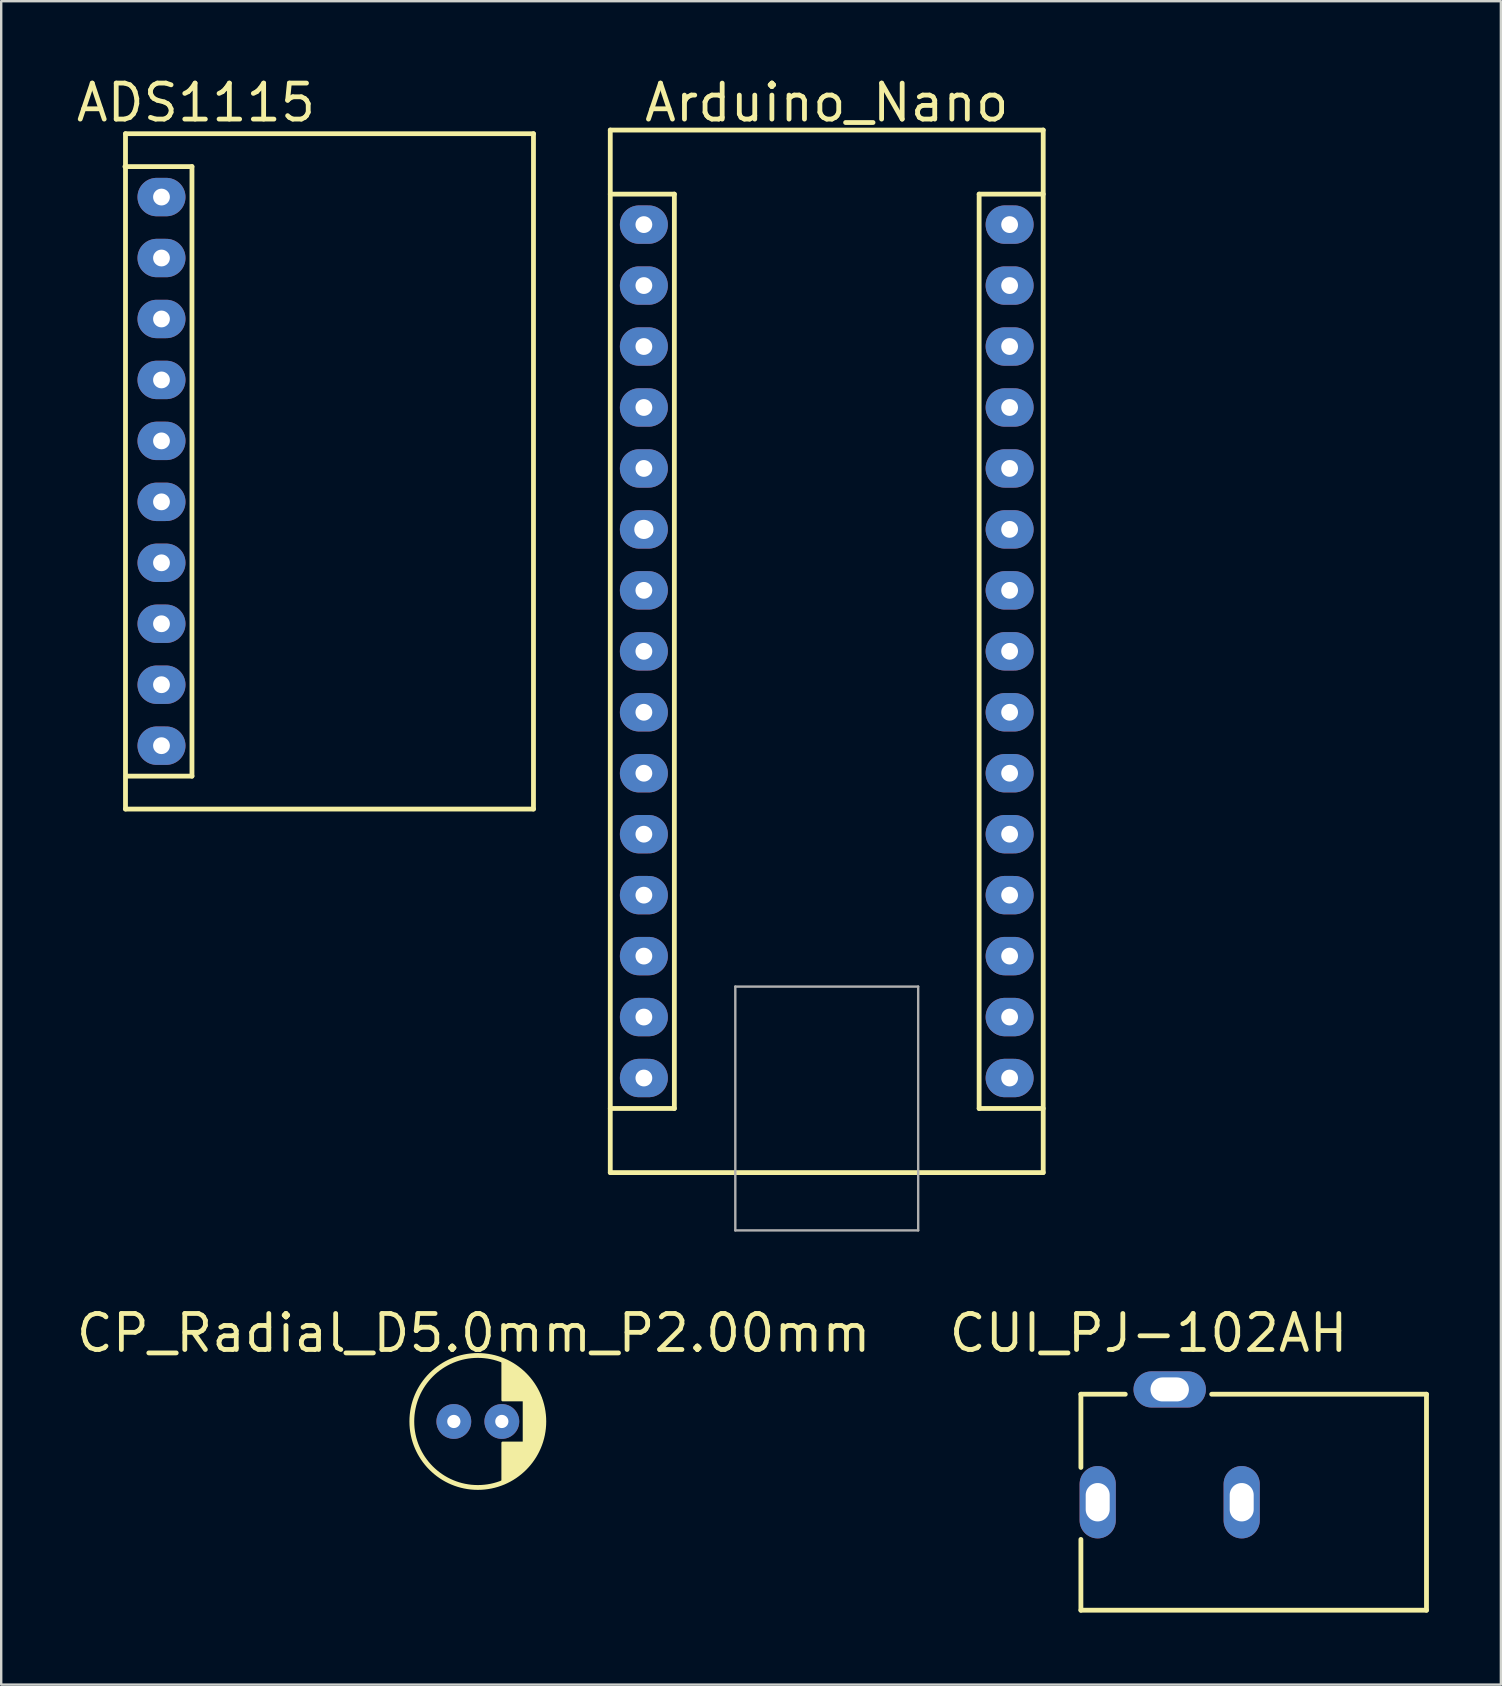
<source format=kicad_pcb>
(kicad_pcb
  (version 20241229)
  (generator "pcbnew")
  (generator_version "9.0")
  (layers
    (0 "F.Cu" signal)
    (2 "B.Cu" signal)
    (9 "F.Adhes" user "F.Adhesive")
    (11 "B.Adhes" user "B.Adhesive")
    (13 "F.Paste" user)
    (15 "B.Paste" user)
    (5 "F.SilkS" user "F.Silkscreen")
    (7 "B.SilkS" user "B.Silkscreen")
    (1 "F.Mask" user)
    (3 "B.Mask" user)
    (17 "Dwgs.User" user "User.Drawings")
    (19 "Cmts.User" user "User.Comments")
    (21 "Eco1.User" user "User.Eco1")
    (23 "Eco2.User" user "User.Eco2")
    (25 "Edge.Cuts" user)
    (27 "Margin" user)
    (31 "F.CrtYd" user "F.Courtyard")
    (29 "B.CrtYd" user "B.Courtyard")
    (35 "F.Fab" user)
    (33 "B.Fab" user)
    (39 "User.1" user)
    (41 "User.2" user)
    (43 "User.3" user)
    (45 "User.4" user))
  (footprint "CUI_PJ-102AH"
    (layer "F.Cu")
    (at 49.189 59.545)
    (property "Reference" "CUI_PJ-102AH" (at -4.381 -7.048 0) (layer "F.SilkS") (effects (font (size 1.5 1.5) (thickness 0.2))))
    (attr through_hole)
    (fp_line (start -7.2 -4.5) (end -5.35 -4.5) (stroke (width 0.2) (type solid)) (layer "F.SilkS"))
    (fp_line (start -7.2 -1.45) (end -7.2 -4.5) (stroke (width 0.2) (type solid)) (layer "F.SilkS"))
    (fp_line (start -7.2 4.5) (end -7.2 1.55) (stroke (width 0.2) (type solid)) (layer "F.SilkS"))
    (fp_line (start -1.75 -4.5) (end 7.2 -4.5) (stroke (width 0.2) (type solid)) (layer "F.SilkS"))
    (fp_line (start 7.2 -4.5) (end 7.2 4.5) (stroke (width 0.2) (type solid)) (layer "F.SilkS"))
    (fp_line (start 7.2 4.5) (end -7.2 4.5) (stroke (width 0.2) (type solid)) (layer "F.SilkS"))
    (pad "1" thru_hole oval (at -6.5 0) (size 1.508 3.016) (drill oval 1 1.6) (layers "*.Cu" "*.Mask"))
    (pad "2" thru_hole oval (at -0.5 0) (size 1.508 3.016) (drill oval 1 1.6) (layers "*.Cu" "*.Mask"))
    (pad "3" thru_hole oval (at -3.5 -4.7) (size 3.016 1.508) (drill oval 1.6 1) (layers "*.Cu" "*.Mask")))
  (footprint "CP_Radial_D5.0mm_P2.00mm"
    (layer "F.Cu")
    (at 15.86 56.18)
    (property "Reference" "CP_Radial_D5.0mm_P2.00mm" (at 0.826 -3.683 0) (layer "F.SilkS") (effects (font (size 1.5 1.5) (thickness 0.2))))
    (attr through_hole)
    (fp_circle (center 1 0) (end 3.75 0) (stroke (width 0.2) (type solid)) (fill no) (layer "F.SilkS"))
    (fp_poly (pts (xy 2.032 0.889) (xy 2.032 2.477) (xy 2.794 2.095) (xy 3.111 1.714) (xy 3.493 1.206) (xy 3.683 0.508) (xy 3.75 0) (xy 3.619 -0.953) (xy 3.111 -1.778) (xy 2.603 -2.223) (xy 2.032 -2.477) (xy 2.032 -0.889) (xy 2.921 -0.889) (xy 2.921 0.889)) (stroke (width 0.1) (type solid)) (fill yes) (layer "F.SilkS"))
    (pad "1" thru_hole circle (at 0 0) (size 1.45 1.45) (drill 0.55) (layers "*.Cu" "*.Mask"))
    (pad "2" thru_hole circle (at 2 0) (size 1.45 1.45) (drill 0.55) (layers "*.Cu" "*.Mask")))
  (footprint "Arduino_Nano"
    (layer "F.Cu")
    (at 23.779 6.309)
    (property "Reference" "Arduino_Nano" (at 7.62 -5.08 0) (layer "F.SilkS") (effects (font (size 1.5 1.5) (thickness 0.2))))
    (attr through_hole)
    (fp_line (start -1.4 -3.94) (end -1.4 39.5) (stroke (width 0.2) (type solid)) (layer "F.SilkS"))
    (fp_line (start -1.4 39.5) (end 16.64 39.5) (stroke (width 0.2) (type solid)) (layer "F.SilkS"))
    (fp_line (start 1.27 -1.27) (end -1.4 -1.27) (stroke (width 0.2) (type solid)) (layer "F.SilkS"))
    (fp_line (start 1.27 -1.27) (end 1.27 36.83) (stroke (width 0.2) (type solid)) (layer "F.SilkS"))
    (fp_line (start 1.27 36.83) (end -1.4 36.83) (stroke (width 0.2) (type solid)) (layer "F.SilkS"))
    (fp_line (start 13.97 -1.27) (end 13.97 36.83) (stroke (width 0.2) (type solid)) (layer "F.SilkS"))
    (fp_line (start 13.97 -1.27) (end 16.64 -1.27) (stroke (width 0.2) (type solid)) (layer "F.SilkS"))
    (fp_line (start 13.97 36.83) (end 16.64 36.83) (stroke (width 0.2) (type solid)) (layer "F.SilkS"))
    (fp_line (start 16.64 -3.94) (end -1.4 -3.94) (stroke (width 0.2) (type solid)) (layer "F.SilkS"))
    (fp_line (start 16.64 39.5) (end 16.64 -3.94) (stroke (width 0.2) (type solid)) (layer "F.SilkS"))
    (fp_line (start 3.81 31.75) (end 11.43 31.75) (stroke (width 0.1) (type solid)) (layer "F.Fab"))
    (fp_line (start 3.81 41.91) (end 3.81 31.75) (stroke (width 0.1) (type solid)) (layer "F.Fab"))
    (fp_line (start 11.43 31.75) (end 11.43 41.91) (stroke (width 0.1) (type solid)) (layer "F.Fab"))
    (fp_line (start 11.43 41.91) (end 3.81 41.91) (stroke (width 0.1) (type solid)) (layer "F.Fab"))
    (pad "1" thru_hole oval (at 0 0) (size 2 1.6) (drill 0.7) (layers "*.Cu" "*.Mask"))
    (pad "2" thru_hole oval (at 0 2.54) (size 2 1.6) (drill 0.7) (layers "*.Cu" "*.Mask"))
    (pad "3" thru_hole oval (at 0 5.08) (size 2 1.6) (drill 0.7) (layers "*.Cu" "*.Mask"))
    (pad "4" thru_hole oval (at 0 7.62) (size 2 1.6) (drill 0.7) (layers "*.Cu" "*.Mask"))
    (pad "5" thru_hole oval (at 0 10.16) (size 2 1.6) (drill 0.7) (layers "*.Cu" "*.Mask"))
    (pad "6" thru_hole oval (at 0 12.7) (size 2 1.6) (drill 0.8) (layers "*.Cu" "*.Mask"))
    (pad "7" thru_hole oval (at 0 15.24) (size 2 1.6) (drill 0.7) (layers "*.Cu" "*.Mask"))
    (pad "8" thru_hole oval (at 0 17.78) (size 2 1.6) (drill 0.7) (layers "*.Cu" "*.Mask"))
    (pad "9" thru_hole oval (at 0 20.32) (size 2 1.6) (drill 0.7) (layers "*.Cu" "*.Mask"))
    (pad "10" thru_hole oval (at 0 22.86) (size 2 1.6) (drill 0.7) (layers "*.Cu" "*.Mask"))
    (pad "11" thru_hole oval (at 0 25.4) (size 2 1.6) (drill 0.7) (layers "*.Cu" "*.Mask"))
    (pad "12" thru_hole oval (at 0 27.94) (size 2 1.6) (drill 0.7) (layers "*.Cu" "*.Mask"))
    (pad "13" thru_hole oval (at 0 30.48) (size 2 1.6) (drill 0.7) (layers "*.Cu" "*.Mask"))
    (pad "14" thru_hole oval (at 0 33.02) (size 2 1.6) (drill 0.7) (layers "*.Cu" "*.Mask"))
    (pad "15" thru_hole oval (at 0 35.56) (size 2 1.6) (drill 0.7) (layers "*.Cu" "*.Mask"))
    (pad "16" thru_hole oval (at 15.24 35.56) (size 2 1.6) (drill 0.7) (layers "*.Cu" "*.Mask"))
    (pad "17" thru_hole oval (at 15.24 33.02) (size 2 1.6) (drill 0.7) (layers "*.Cu" "*.Mask"))
    (pad "18" thru_hole oval (at 15.24 30.48) (size 2 1.6) (drill 0.7) (layers "*.Cu" "*.Mask"))
    (pad "19" thru_hole oval (at 15.24 27.94) (size 2 1.6) (drill 0.7) (layers "*.Cu" "*.Mask"))
    (pad "20" thru_hole oval (at 15.24 25.4) (size 2 1.6) (drill 0.7) (layers "*.Cu" "*.Mask"))
    (pad "21" thru_hole oval (at 15.24 22.86) (size 2 1.6) (drill 0.7) (layers "*.Cu" "*.Mask"))
    (pad "22" thru_hole oval (at 15.24 20.32) (size 2 1.6) (drill 0.7) (layers "*.Cu" "*.Mask"))
    (pad "23" thru_hole oval (at 15.24 17.78) (size 2 1.6) (drill 0.7) (layers "*.Cu" "*.Mask"))
    (pad "24" thru_hole oval (at 15.24 15.24) (size 2 1.6) (drill 0.7) (layers "*.Cu" "*.Mask"))
    (pad "25" thru_hole oval (at 15.24 12.7) (size 2 1.6) (drill 0.7) (layers "*.Cu" "*.Mask"))
    (pad "26" thru_hole oval (at 15.24 10.16) (size 2 1.6) (drill 0.7) (layers "*.Cu" "*.Mask"))
    (pad "27" thru_hole oval (at 15.24 7.62) (size 2 1.6) (drill 0.7) (layers "*.Cu" "*.Mask"))
    (pad "28" thru_hole oval (at 15.24 5.08) (size 2 1.6) (drill 0.7) (layers "*.Cu" "*.Mask"))
    (pad "29" thru_hole oval (at 15.24 2.54) (size 2 1.6) (drill 0.7) (layers "*.Cu" "*.Mask"))
    (pad "30" thru_hole oval (at 15.24 0) (size 2 1.6) (drill 0.7) (layers "*.Cu" "*.Mask")))
  (footprint "ADS1115"
    (layer "F.Cu")
    (at 3.679 5.161)
    (property "Reference" "ADS1115" (at 1.435 -3.932 0) (layer "F.SilkS") (effects (font (size 1.5 1.5) (thickness 0.2))))
    (attr through_hole)
    (fp_line (start -1.5 -2.64) (end -1.5 25.5) (stroke (width 0.2) (type solid)) (layer "F.SilkS"))
    (fp_line (start -1.5 -2.64) (end 15.5 -2.64) (stroke (width 0.2) (type solid)) (layer "F.SilkS"))
    (fp_line (start -1.5 25.5) (end 15.5 25.5) (stroke (width 0.2) (type solid)) (layer "F.SilkS"))
    (fp_line (start 1.27 -1.27) (end -1.524 -1.27) (stroke (width 0.2) (type solid)) (layer "F.SilkS"))
    (fp_line (start 1.27 -1.27) (end 1.27 24.13) (stroke (width 0.2) (type solid)) (layer "F.SilkS"))
    (fp_line (start 1.27 24.13) (end -1.473 24.13) (stroke (width 0.2) (type solid)) (layer "F.SilkS"))
    (fp_line (start 15.5 25.5) (end 15.5 -2.64) (stroke (width 0.2) (type solid)) (layer "F.SilkS"))
    (pad "1" thru_hole oval (at 0 10.16) (size 2 1.6) (drill 0.7) (layers "*.Cu" "*.Mask"))
    (pad "2" thru_hole oval (at 0 12.7) (size 2 1.6) (drill 0.7) (layers "*.Cu" "*.Mask"))
    (pad "3" thru_hole oval (at 0 2.54) (size 2 1.6) (drill 0.7) (layers "*.Cu" "*.Mask"))
    (pad "4" thru_hole oval (at 0 15.24) (size 2 1.6) (drill 0.7) (layers "*.Cu" "*.Mask"))
    (pad "5" thru_hole oval (at 0 17.78) (size 2 1.6) (drill 0.7) (layers "*.Cu" "*.Mask"))
    (pad "6" thru_hole oval (at 0 20.32) (size 2 1.6) (drill 0.7) (layers "*.Cu" "*.Mask"))
    (pad "7" thru_hole oval (at 0 22.86) (size 2 1.6) (drill 0.7) (layers "*.Cu" "*.Mask"))
    (pad "8" thru_hole oval (at 0 0) (size 2 1.6) (drill 0.7) (layers "*.Cu" "*.Mask"))
    (pad "9" thru_hole oval (at 0 7.62) (size 2 1.6) (drill 0.7) (layers "*.Cu" "*.Mask"))
    (pad "10" thru_hole oval (at 0 5.08) (size 2 1.6) (drill 0.7) (layers "*.Cu" "*.Mask")))
  (gr_rect
    (start -3 -3)
    (end 59.489 67.145)
    (stroke (width 0.1) (type default))
    (fill no)
    (layer "Edge.Cuts")))
</source>
